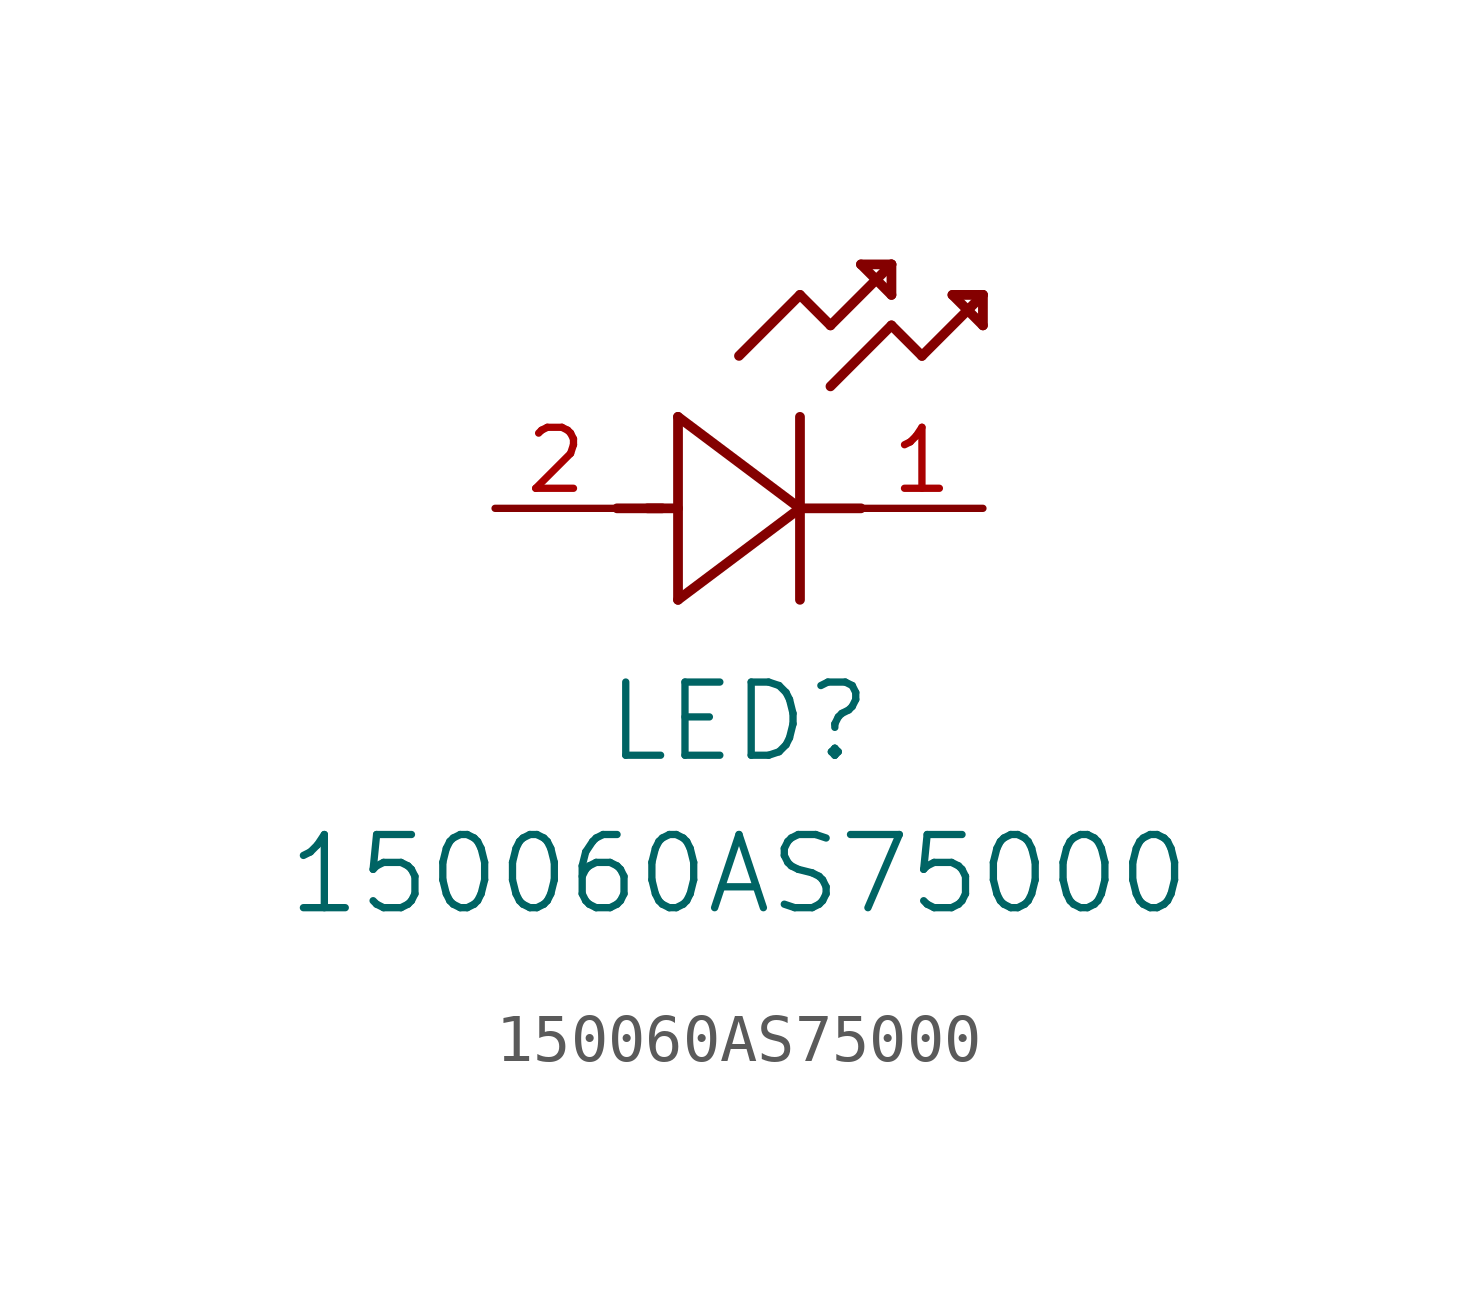
<source format=kicad_sym>
(kicad_symbol_lib
  (version 20211014)
  (generator kicad_symbol_editor)
  (symbol "150060AS75000"
    (pin_names
      (offset 0.254))
    (property "Reference" "LED"
      (at 5.08 -4.445 0)
      (effects (font (size 1.524 1.524))))
    (property "Value" "150060AS75000"
      (at 5.08 -7.62 0)
      (effects (font (size 1.524 1.524))))
    (symbol "150060AS75000_0_1"
      (polyline (pts (xy 2.54 0) (xy 3.48 0)) (stroke (width 0.203) (type default) (color 0 0 0 0)) (fill (type none)))
      (polyline (pts (xy 3.81 1.905) (xy 3.81 -1.905)) (stroke (width 0.203) (type default) (color 0 0 0 0)) (fill (type none)))
      (polyline (pts (xy 3.175 0) (xy 3.81 0)) (stroke (width 0.203) (type default) (color 0 0 0 0)) (fill (type none)))
      (polyline (pts (xy 6.35 -1.905) (xy 6.35 1.905)) (stroke (width 0.203) (type default) (color 0 0 0 0)) (fill (type none)))
      (polyline (pts (xy 6.35 0) (xy 7.62 0)) (stroke (width 0.203) (type default) (color 0 0 0 0)) (fill (type none)))
      (polyline (pts (xy 6.35 4.445) (xy 6.985 3.81)) (stroke (width 0.203) (type default) (color 0 0 0 0)) (fill (type none)))
      (polyline (pts (xy 6.985 3.81) (xy 8.255 5.08)) (stroke (width 0.203) (type default) (color 0 0 0 0)) (fill (type none)))
      (polyline (pts (xy 8.255 3.81) (xy 8.89 3.175)) (stroke (width 0.203) (type default) (color 0 0 0 0)) (fill (type none)))
      (polyline (pts (xy 8.89 3.175) (xy 10.16 4.445)) (stroke (width 0.203) (type default) (color 0 0 0 0)) (fill (type none)))
      (polyline (pts (xy 8.255 5.08) (xy 7.62 5.08)) (stroke (width 0.203) (type default) (color 0 0 0 0)) (fill (type none)))
      (polyline (pts (xy 7.62 5.08) (xy 8.255 4.445)) (stroke (width 0.203) (type default) (color 0 0 0 0)) (fill (type none)))
      (polyline (pts (xy 8.255 4.445) (xy 8.255 5.08)) (stroke (width 0.203) (type default) (color 0 0 0 0)) (fill (type none)))
      (polyline (pts (xy 10.16 4.445) (xy 9.525 4.445)) (stroke (width 0.203) (type default) (color 0 0 0 0)) (fill (type none)))
      (polyline (pts (xy 9.525 4.445) (xy 10.16 3.81)) (stroke (width 0.203) (type default) (color 0 0 0 0)) (fill (type none)))
      (polyline (pts (xy 10.16 3.81) (xy 10.16 4.445)) (stroke (width 0.203) (type default) (color 0 0 0 0)) (fill (type none)))
      (polyline (pts (xy 6.985 2.54) (xy 8.255 3.81)) (stroke (width 0.203) (type default) (color 0 0 0 0)) (fill (type none)))
      (polyline (pts (xy 6.35 0) (xy 3.81 1.905)) (stroke (width 0.203) (type default) (color 0 0 0 0)) (fill (type none)))
      (polyline (pts (xy 3.81 -1.905) (xy 6.35 0)) (stroke (width 0.203) (type default) (color 0 0 0 0)) (fill (type none)))
      (polyline (pts (xy 5.08 3.175) (xy 6.35 4.445)) (stroke (width 0.203) (type default) (color 0 0 0 0)) (fill (type none)))
      (pin unspecified line (at 10.16 0 180) (length 2.54) (name "" (effects (font (size 1.27 1.27)))) (number "1" (effects (font (size 1.27 1.27)))))
      (pin unspecified line (at 0 0 0) (length 2.54) (name "" (effects (font (size 1.27 1.27)))) (number "2" (effects (font (size 1.27 1.27))))))))
</source>
